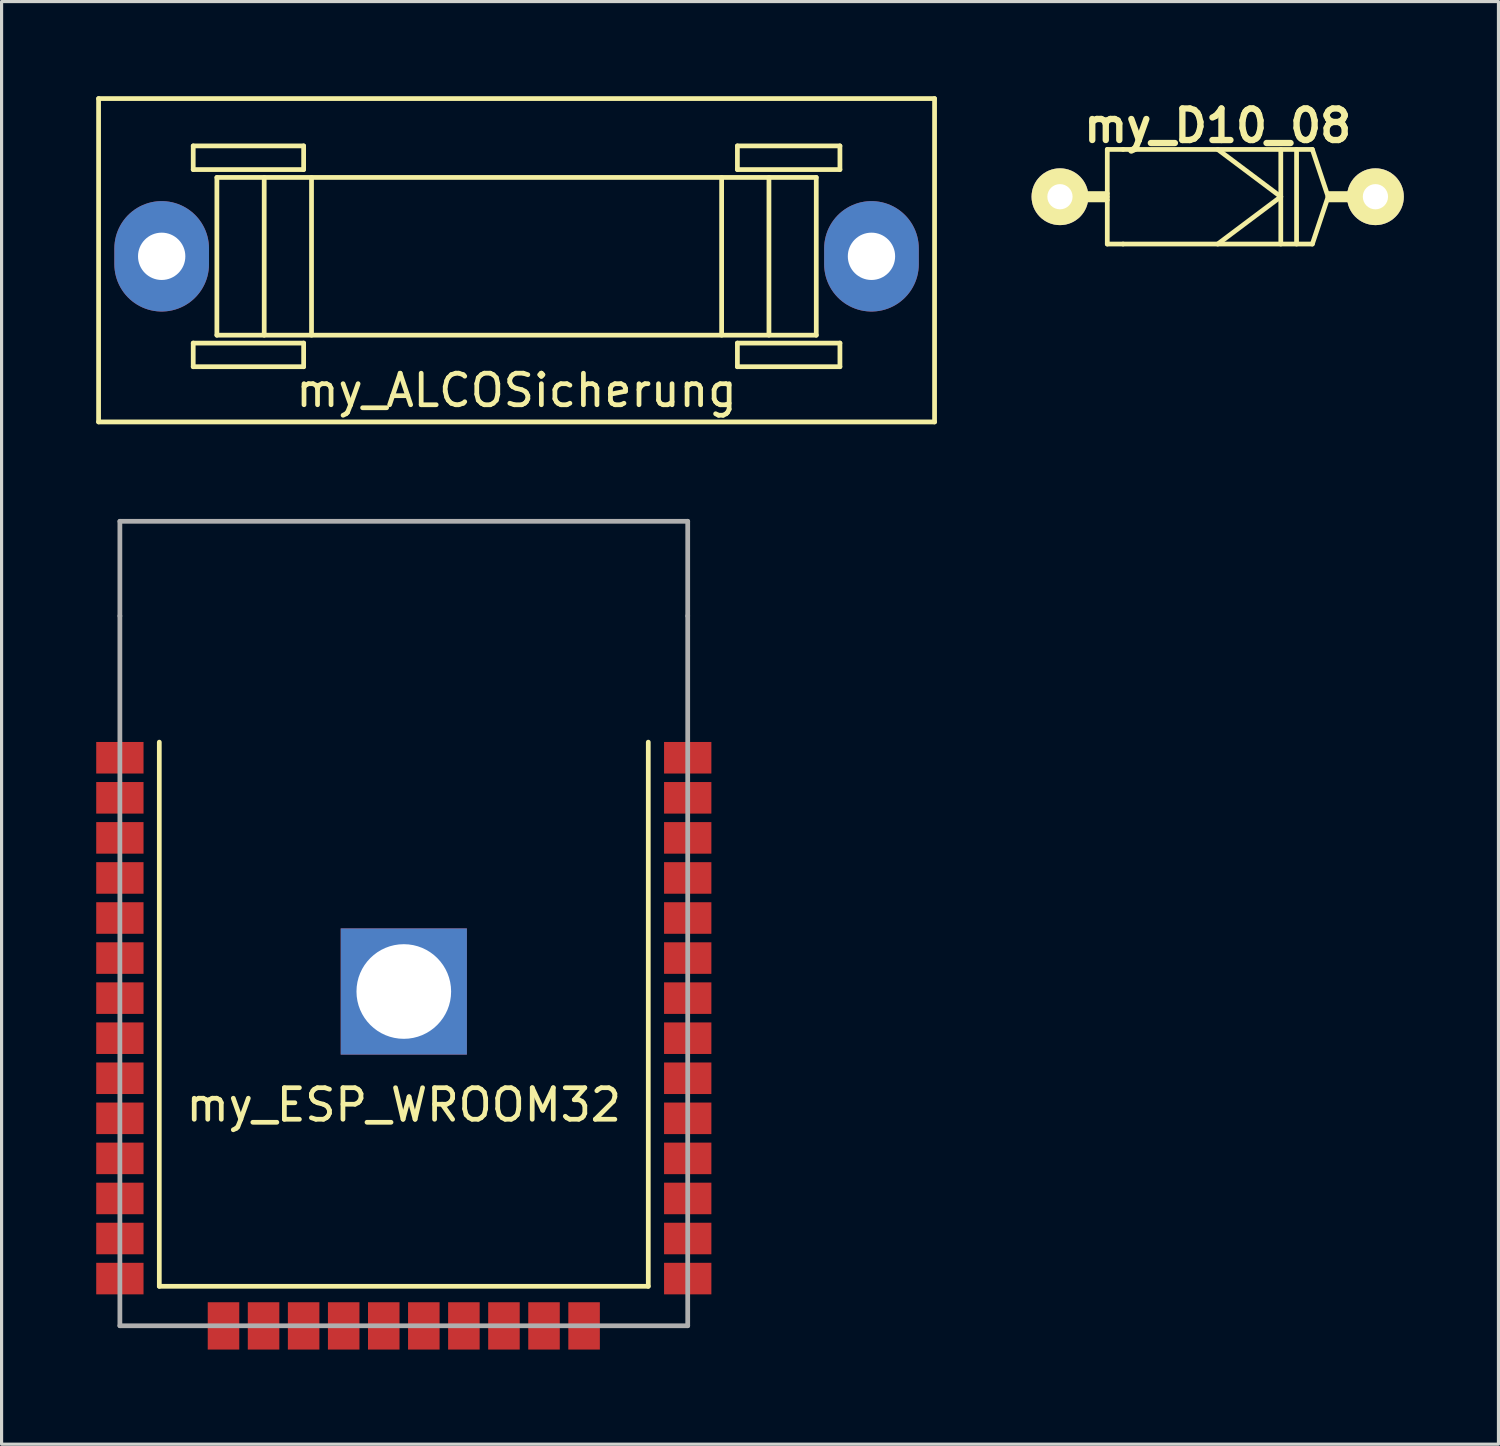
<source format=kicad_pcb>
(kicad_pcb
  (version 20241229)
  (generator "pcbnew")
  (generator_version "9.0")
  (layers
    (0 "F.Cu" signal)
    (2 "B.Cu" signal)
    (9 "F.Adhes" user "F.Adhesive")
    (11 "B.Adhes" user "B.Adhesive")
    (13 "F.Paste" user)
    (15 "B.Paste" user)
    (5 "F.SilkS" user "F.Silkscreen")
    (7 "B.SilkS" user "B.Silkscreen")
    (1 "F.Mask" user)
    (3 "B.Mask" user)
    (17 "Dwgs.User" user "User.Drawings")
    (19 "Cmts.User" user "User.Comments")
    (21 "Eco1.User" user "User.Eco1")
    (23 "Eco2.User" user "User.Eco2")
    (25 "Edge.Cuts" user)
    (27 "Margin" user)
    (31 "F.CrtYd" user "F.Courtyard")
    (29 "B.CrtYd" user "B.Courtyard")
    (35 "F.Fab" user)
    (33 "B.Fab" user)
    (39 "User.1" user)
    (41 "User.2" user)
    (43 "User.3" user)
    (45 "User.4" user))
  (footprint "my_ESP_WROOM32"
    (layer "F.Cu")
    (at 9.75 29.225)
    (property "Reference" "my_ESP_WROOM32" (at 0 2.75 0) (layer "F.SilkS") (effects (font (size 1 1) (thickness 0.15))))
    (attr through_hole)
    (fp_line (start -7.75 -8.75) (end -7.75 8.5) (stroke (width 0.15) (type solid)) (layer "F.SilkS"))
    (fp_line (start -7.75 8.5) (end 7.75 8.5) (stroke (width 0.15) (type solid)) (layer "F.SilkS"))
    (fp_line (start 7.75 8.5) (end 7.75 -8.75) (stroke (width 0.15) (type solid)) (layer "F.SilkS"))
    (fp_line (start -9 -15.75) (end 9 -15.75) (stroke (width 0.15) (type solid)) (layer "F.Fab"))
    (fp_line (start -9 -12.75) (end -9 -15.75) (stroke (width 0.15) (type solid)) (layer "F.Fab"))
    (fp_line (start -9 9.75) (end -9 -12.75) (stroke (width 0.15) (type solid)) (layer "F.Fab"))
    (fp_line (start 9 -15.75) (end 9 -12.75) (stroke (width 0.15) (type solid)) (layer "F.Fab"))
    (fp_line (start 9 -12.75) (end 9 9.75) (stroke (width 0.15) (type solid)) (layer "F.Fab"))
    (fp_line (start 9 9.75) (end -9 9.75) (stroke (width 0.15) (type solid)) (layer "F.Fab"))
    (pad "1" smd rect (at -9 -8.255) (size 1.5 1) (layers "F.Cu" "F.Mask" "F.Paste"))
    (pad "1" thru_hole rect (at 0 -0.845) (size 4 4) (drill 3) (layers "*.Cu" "*.Mask"))
    (pad "2" smd rect (at -9 -6.985) (size 1.5 1) (layers "F.Cu" "F.Mask" "F.Paste"))
    (pad "3" smd rect (at -9 -5.715) (size 1.5 1) (layers "F.Cu" "F.Mask" "F.Paste"))
    (pad "4" smd rect (at -9 -4.445) (size 1.5 1) (layers "F.Cu" "F.Mask" "F.Paste"))
    (pad "5" smd rect (at -9 -3.175) (size 1.5 1) (layers "F.Cu" "F.Mask" "F.Paste"))
    (pad "6" smd rect (at -9 -1.905) (size 1.5 1) (layers "F.Cu" "F.Mask" "F.Paste"))
    (pad "7" smd rect (at -9 -0.635) (size 1.5 1) (layers "F.Cu" "F.Mask" "F.Paste"))
    (pad "8" smd rect (at -9 0.635) (size 1.5 1) (layers "F.Cu" "F.Mask" "F.Paste"))
    (pad "9" smd rect (at -9 1.905) (size 1.5 1) (layers "F.Cu" "F.Mask" "F.Paste"))
    (pad "10" smd rect (at -9 3.175) (size 1.5 1) (layers "F.Cu" "F.Mask" "F.Paste"))
    (pad "11" smd rect (at -9 4.445) (size 1.5 1) (layers "F.Cu" "F.Mask" "F.Paste"))
    (pad "12" smd rect (at -9 5.715) (size 1.5 1) (layers "F.Cu" "F.Mask" "F.Paste"))
    (pad "13" smd rect (at -9 6.985) (size 1.5 1) (layers "F.Cu" "F.Mask" "F.Paste"))
    (pad "14" smd rect (at -9 8.255) (size 1.5 1) (layers "F.Cu" "F.Mask" "F.Paste"))
    (pad "15" smd rect (at -5.715 9.755) (size 1 1.5) (layers "F.Cu" "F.Mask" "F.Paste"))
    (pad "16" smd rect (at -4.445 9.755) (size 1 1.5) (layers "F.Cu" "F.Mask" "F.Paste"))
    (pad "17" smd rect (at -3.175 9.755) (size 1 1.5) (layers "F.Cu" "F.Mask" "F.Paste"))
    (pad "18" smd rect (at -1.905 9.755) (size 1 1.5) (layers "F.Cu" "F.Mask" "F.Paste"))
    (pad "19" smd rect (at -0.635 9.755) (size 1 1.5) (layers "F.Cu" "F.Mask" "F.Paste"))
    (pad "20" smd rect (at 0.635 9.755) (size 1 1.5) (layers "F.Cu" "F.Mask" "F.Paste"))
    (pad "21" smd rect (at 1.905 9.755) (size 1 1.5) (layers "F.Cu" "F.Mask" "F.Paste"))
    (pad "22" smd rect (at 3.175 9.755) (size 1 1.5) (layers "F.Cu" "F.Mask" "F.Paste"))
    (pad "23" smd rect (at 4.445 9.755) (size 1 1.5) (layers "F.Cu" "F.Mask" "F.Paste"))
    (pad "24" smd rect (at 5.715 9.755) (size 1 1.5) (layers "F.Cu" "F.Mask" "F.Paste"))
    (pad "25" smd rect (at 9 8.255) (size 1.5 1) (layers "F.Cu" "F.Mask" "F.Paste"))
    (pad "26" smd rect (at 9 6.985) (size 1.5 1) (layers "F.Cu" "F.Mask" "F.Paste"))
    (pad "27" smd rect (at 9 5.715) (size 1.5 1) (layers "F.Cu" "F.Mask" "F.Paste"))
    (pad "28" smd rect (at 9 4.445) (size 1.5 1) (layers "F.Cu" "F.Mask" "F.Paste"))
    (pad "29" smd rect (at 9 3.175) (size 1.5 1) (layers "F.Cu" "F.Mask" "F.Paste"))
    (pad "30" smd rect (at 9 1.905) (size 1.5 1) (layers "F.Cu" "F.Mask" "F.Paste"))
    (pad "31" smd rect (at 9 0.635) (size 1.5 1) (layers "F.Cu" "F.Mask" "F.Paste"))
    (pad "32" smd rect (at 9 -0.635) (size 1.5 1) (layers "F.Cu" "F.Mask" "F.Paste"))
    (pad "33" smd rect (at 9 -1.905) (size 1.5 1) (layers "F.Cu" "F.Mask" "F.Paste"))
    (pad "34" smd rect (at 9 -3.175) (size 1.5 1) (layers "F.Cu" "F.Mask" "F.Paste"))
    (pad "35" smd rect (at 9 -4.445) (size 1.5 1) (layers "F.Cu" "F.Mask" "F.Paste"))
    (pad "36" smd rect (at 9 -5.715) (size 1.5 1) (layers "F.Cu" "F.Mask" "F.Paste"))
    (pad "37" smd rect (at 9 -6.985) (size 1.5 1) (layers "F.Cu" "F.Mask" "F.Paste"))
    (pad "38" smd rect (at 9 -8.255) (size 1.5 1) (layers "F.Cu" "F.Mask" "F.Paste")))
  (footprint "my_D10_08"
    (layer "F.Cu")
    (at 35.55 3.186)
    (property "Reference" "my_D10_08" (at 0 -2.25 0) (layer "F.SilkS") (effects (font (size 1 1) (thickness 0.2))))
    (attr through_hole)
    (fp_line (start -5 -0.1) (end -5 0.1) (stroke (width 0.15) (type solid)) (layer "F.SilkS"))
    (fp_line (start -5 0.1) (end -3.5 0.1) (stroke (width 0.15) (type solid)) (layer "F.SilkS"))
    (fp_line (start -3.5 -1.5) (end -3.5 1.5) (stroke (width 0.15) (type solid)) (layer "F.SilkS"))
    (fp_line (start -3.5 -0.1) (end -5 -0.1) (stroke (width 0.15) (type solid)) (layer "F.SilkS"))
    (fp_line (start -3.5 0) (end -5 0) (stroke (width 0.15) (type solid)) (layer "F.SilkS"))
    (fp_line (start -3.5 1.5) (end -3 1.5) (stroke (width 0.15) (type solid)) (layer "F.SilkS"))
    (fp_line (start -3 -1.5) (end -3.5 -1.5) (stroke (width 0.15) (type solid)) (layer "F.SilkS"))
    (fp_line (start -3 1.5) (end 3 1.5) (stroke (width 0.15) (type solid)) (layer "F.SilkS"))
    (fp_line (start 0 -1.5) (end 2 0) (stroke (width 0.15) (type solid)) (layer "F.SilkS"))
    (fp_line (start 2 -1.5) (end 2 1.5) (stroke (width 0.15) (type solid)) (layer "F.SilkS"))
    (fp_line (start 2 0) (end 0 1.5) (stroke (width 0.15) (type solid)) (layer "F.SilkS"))
    (fp_line (start 2.5 1.5) (end 2.5 -1.5) (stroke (width 0.15) (type solid)) (layer "F.SilkS"))
    (fp_line (start 3 -1.5) (end -3 -1.5) (stroke (width 0.15) (type solid)) (layer "F.SilkS"))
    (fp_line (start 3 1.5) (end 3.5 0) (stroke (width 0.15) (type solid)) (layer "F.SilkS"))
    (fp_line (start 3.5 -0.1) (end 5 -0.1) (stroke (width 0.15) (type solid)) (layer "F.SilkS"))
    (fp_line (start 3.5 0) (end 3 -1.5) (stroke (width 0.15) (type solid)) (layer "F.SilkS"))
    (fp_line (start 3.5 0) (end 5 0) (stroke (width 0.15) (type solid)) (layer "F.SilkS"))
    (fp_line (start 5 -0.1) (end 5 0.1) (stroke (width 0.15) (type solid)) (layer "F.SilkS"))
    (fp_line (start 5 0.1) (end 3.5 0.1) (stroke (width 0.15) (type solid)) (layer "F.SilkS"))
    (pad "1" thru_hole circle (at 5 0) (size 1.8 1.8) (drill 0.8) (layers "*.Cu" "*.Mask" "F.SilkS"))
    (pad "2" thru_hole circle (at -5 0) (size 1.8 1.8) (drill 0.8) (layers "*.Cu" "*.Mask" "F.SilkS")))
  (footprint "my_ALCOSicherung"
    (layer "F.Cu")
    (at 13.325 5.075)
    (property "Reference" "my_ALCOSicherung" (at 0 4.25 0) (layer "F.SilkS") (effects (font (size 1 1) (thickness 0.15))))
    (attr through_hole)
    (fp_line (start -13.25 -5) (end 13.25 -5) (stroke (width 0.15) (type solid)) (layer "F.SilkS"))
    (fp_line (start -13.25 5.25) (end -13.25 -5) (stroke (width 0.15) (type solid)) (layer "F.SilkS"))
    (fp_line (start -10.25 -3.5) (end -10.25 -2.75) (stroke (width 0.15) (type solid)) (layer "F.SilkS"))
    (fp_line (start -10.25 -2.75) (end -6.75 -2.75) (stroke (width 0.15) (type solid)) (layer "F.SilkS"))
    (fp_line (start -10.25 2.75) (end -10.25 3.5) (stroke (width 0.15) (type solid)) (layer "F.SilkS"))
    (fp_line (start -10.25 3.5) (end -6.75 3.5) (stroke (width 0.15) (type solid)) (layer "F.SilkS"))
    (fp_line (start -9.5 -2.5) (end 9.5 -2.5) (stroke (width 0.15) (type solid)) (layer "F.SilkS"))
    (fp_line (start -9.5 2.5) (end -9.5 -2.5) (stroke (width 0.15) (type solid)) (layer "F.SilkS"))
    (fp_line (start -8 -2.5) (end -8 2.5) (stroke (width 0.15) (type solid)) (layer "F.SilkS"))
    (fp_line (start -6.75 -3.5) (end -10.25 -3.5) (stroke (width 0.15) (type solid)) (layer "F.SilkS"))
    (fp_line (start -6.75 -2.75) (end -6.75 -3.5) (stroke (width 0.15) (type solid)) (layer "F.SilkS"))
    (fp_line (start -6.75 2.75) (end -10.25 2.75) (stroke (width 0.15) (type solid)) (layer "F.SilkS"))
    (fp_line (start -6.75 3.5) (end -6.75 2.75) (stroke (width 0.15) (type solid)) (layer "F.SilkS"))
    (fp_line (start -6.5 -2.5) (end -6.5 2.5) (stroke (width 0.15) (type solid)) (layer "F.SilkS"))
    (fp_line (start 6.5 2.5) (end 6.5 -2.5) (stroke (width 0.15) (type solid)) (layer "F.SilkS"))
    (fp_line (start 7 -3.5) (end 7 -2.75) (stroke (width 0.15) (type solid)) (layer "F.SilkS"))
    (fp_line (start 7 -2.75) (end 10.25 -2.75) (stroke (width 0.15) (type solid)) (layer "F.SilkS"))
    (fp_line (start 7 2.75) (end 7 3.5) (stroke (width 0.15) (type solid)) (layer "F.SilkS"))
    (fp_line (start 7 3.5) (end 10.25 3.5) (stroke (width 0.15) (type solid)) (layer "F.SilkS"))
    (fp_line (start 8 -2.5) (end 8 2.5) (stroke (width 0.15) (type solid)) (layer "F.SilkS"))
    (fp_line (start 9.5 -2.5) (end 9.5 2.5) (stroke (width 0.15) (type solid)) (layer "F.SilkS"))
    (fp_line (start 9.5 2.5) (end -9.5 2.5) (stroke (width 0.15) (type solid)) (layer "F.SilkS"))
    (fp_line (start 10.25 -3.5) (end 7 -3.5) (stroke (width 0.15) (type solid)) (layer "F.SilkS"))
    (fp_line (start 10.25 -2.75) (end 10.25 -3.5) (stroke (width 0.15) (type solid)) (layer "F.SilkS"))
    (fp_line (start 10.25 2.75) (end 7 2.75) (stroke (width 0.15) (type solid)) (layer "F.SilkS"))
    (fp_line (start 10.25 3.5) (end 10.25 2.75) (stroke (width 0.15) (type solid)) (layer "F.SilkS"))
    (fp_line (start 13.25 -5) (end 13.25 5.25) (stroke (width 0.15) (type solid)) (layer "F.SilkS"))
    (fp_line (start 13.25 5.25) (end -13.25 5.25) (stroke (width 0.15) (type solid)) (layer "F.SilkS"))
    (pad "1" thru_hole oval (at -11.25 0) (size 3 3.5) (drill 1.5) (layers "*.Cu" "*.Mask"))
    (pad "2" thru_hole oval (at 11.25 0) (size 3 3.5) (drill 1.5) (layers "*.Cu" "*.Mask")))
  (gr_rect
    (start -3 -3)
    (end 44.45 42.73)
    (stroke (width 0.1) (type default))
    (fill no)
    (layer "Edge.Cuts")))
</source>
